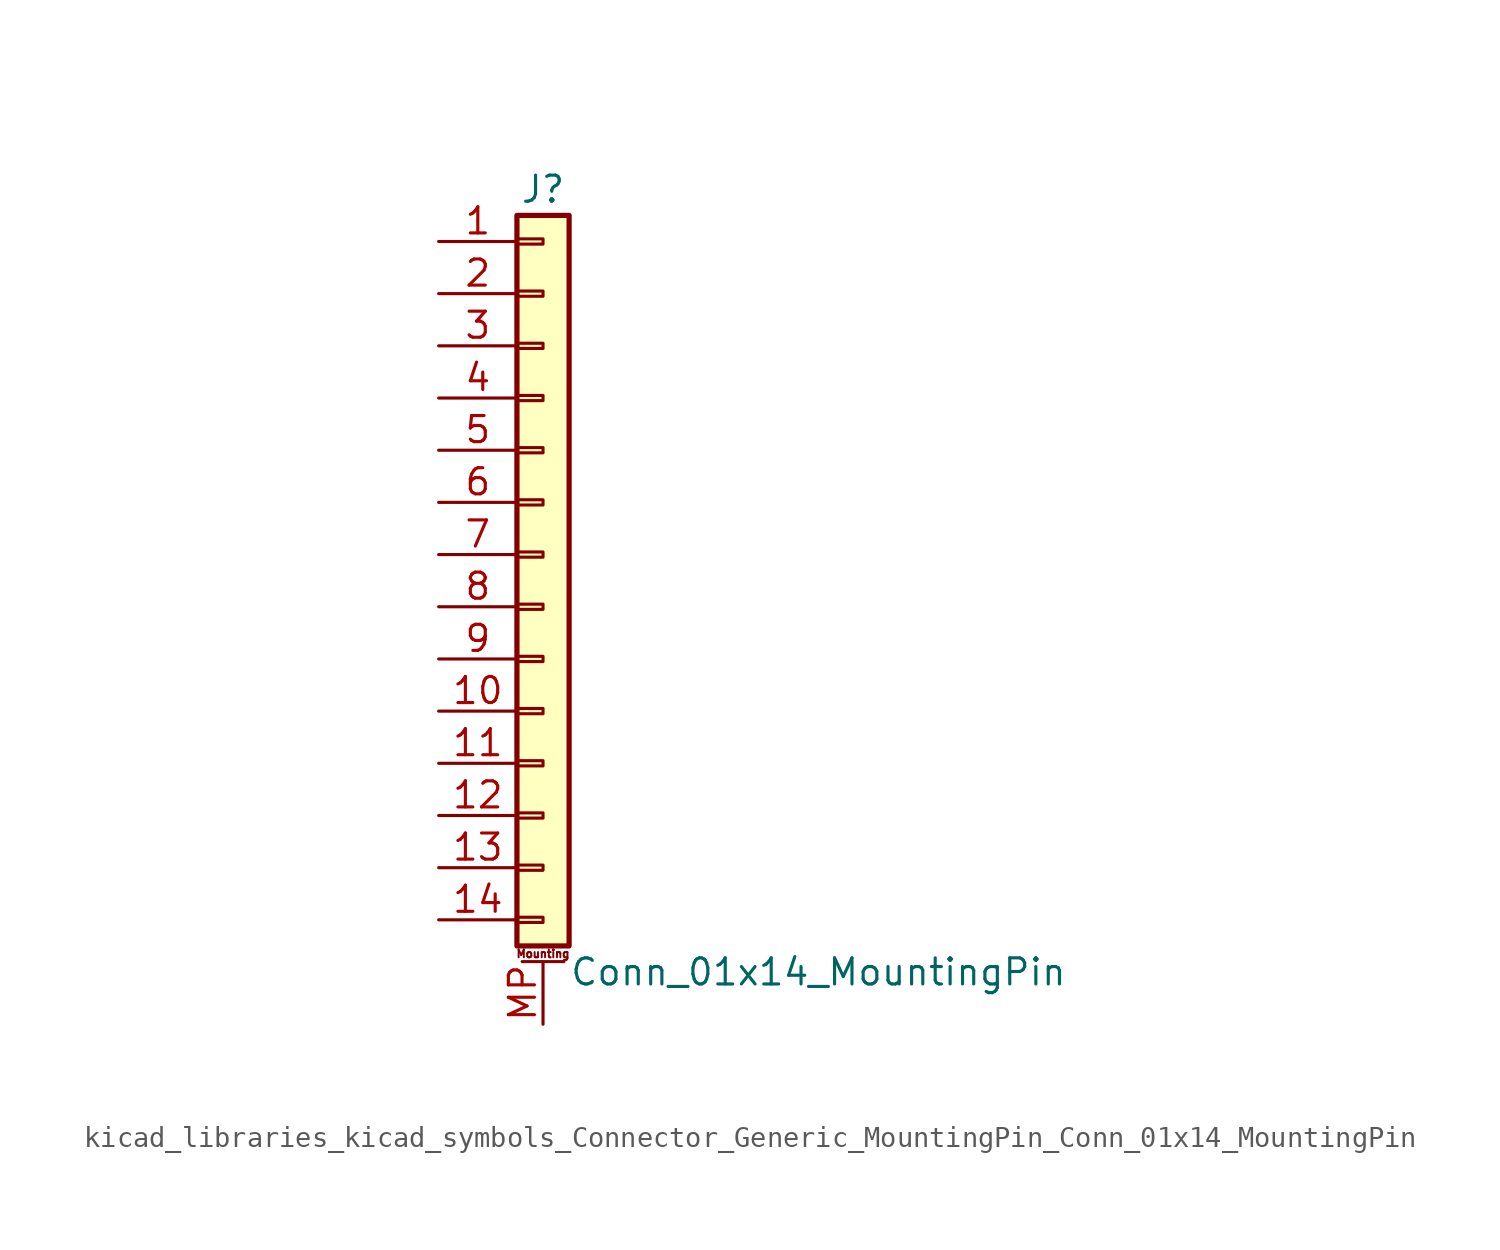
<source format=kicad_sym>
(kicad_symbol_lib
  (version 20220914)
  (generator kicad_symbol_editor)
  (symbol "kicad_libraries_kicad_symbols_Connector_Generic_MountingPin_Conn_01x14_MountingPin"
    (pin_names
      (offset 1.016) hide)
    (property "Reference" "J"
      (at 0 17.78 0)
      (effects (font (size 1.27 1.27))))
    (property "Value" "Conn_01x14_MountingPin"
      (at 1.27 -20.32 0)
      (effects (font (size 1.27 1.27)) (justify left)))
    (symbol "kicad_libraries_kicad_symbols_Connector_Generic_MountingPin_Conn_01x14_MountingPin_1_1"
      (rectangle (start -1.27 -17.653) (end 0 -17.907) (stroke (width 0.152) (type default)) (fill (type none)))
      (rectangle (start -1.27 -15.113) (end 0 -15.367) (stroke (width 0.152) (type default)) (fill (type none)))
      (rectangle (start -1.27 -12.573) (end 0 -12.827) (stroke (width 0.152) (type default)) (fill (type none)))
      (rectangle (start -1.27 -10.033) (end 0 -10.287) (stroke (width 0.152) (type default)) (fill (type none)))
      (rectangle (start -1.27 -7.493) (end 0 -7.747) (stroke (width 0.152) (type default)) (fill (type none)))
      (rectangle (start -1.27 -4.953) (end 0 -5.207) (stroke (width 0.152) (type default)) (fill (type none)))
      (rectangle (start -1.27 -2.413) (end 0 -2.667) (stroke (width 0.152) (type default)) (fill (type none)))
      (rectangle (start -1.27 0.127) (end 0 -0.127) (stroke (width 0.152) (type default)) (fill (type none)))
      (rectangle (start -1.27 2.667) (end 0 2.413) (stroke (width 0.152) (type default)) (fill (type none)))
      (rectangle (start -1.27 5.207) (end 0 4.953) (stroke (width 0.152) (type default)) (fill (type none)))
      (rectangle (start -1.27 7.747) (end 0 7.493) (stroke (width 0.152) (type default)) (fill (type none)))
      (rectangle (start -1.27 10.287) (end 0 10.033) (stroke (width 0.152) (type default)) (fill (type none)))
      (rectangle (start -1.27 12.827) (end 0 12.573) (stroke (width 0.152) (type default)) (fill (type none)))
      (rectangle (start -1.27 15.367) (end 0 15.113) (stroke (width 0.152) (type default)) (fill (type none)))
      (rectangle (start -1.27 16.51) (end 1.27 -19.05) (stroke (width 0.254) (type default)) (fill (type background)))
      (polyline (pts (xy -1.016 -19.812) (xy 1.016 -19.812)) (stroke (width 0.152) (type default)) (fill (type none)))
      (text "Mounting" (at 0 -19.431 0) (effects (font (size 0.381 0.381))))
      (pin passive line (at -5.08 15.24 0) (length 3.81) (name "Pin_1" (effects (font (size 1.27 1.27)))) (number "1" (effects (font (size 1.27 1.27)))))
      (pin passive line (at -5.08 -7.62 0) (length 3.81) (name "Pin_10" (effects (font (size 1.27 1.27)))) (number "10" (effects (font (size 1.27 1.27)))))
      (pin passive line (at -5.08 -10.16 0) (length 3.81) (name "Pin_11" (effects (font (size 1.27 1.27)))) (number "11" (effects (font (size 1.27 1.27)))))
      (pin passive line (at -5.08 -12.7 0) (length 3.81) (name "Pin_12" (effects (font (size 1.27 1.27)))) (number "12" (effects (font (size 1.27 1.27)))))
      (pin passive line (at -5.08 -15.24 0) (length 3.81) (name "Pin_13" (effects (font (size 1.27 1.27)))) (number "13" (effects (font (size 1.27 1.27)))))
      (pin passive line (at -5.08 -17.78 0) (length 3.81) (name "Pin_14" (effects (font (size 1.27 1.27)))) (number "14" (effects (font (size 1.27 1.27)))))
      (pin passive line (at -5.08 12.7 0) (length 3.81) (name "Pin_2" (effects (font (size 1.27 1.27)))) (number "2" (effects (font (size 1.27 1.27)))))
      (pin passive line (at -5.08 10.16 0) (length 3.81) (name "Pin_3" (effects (font (size 1.27 1.27)))) (number "3" (effects (font (size 1.27 1.27)))))
      (pin passive line (at -5.08 7.62 0) (length 3.81) (name "Pin_4" (effects (font (size 1.27 1.27)))) (number "4" (effects (font (size 1.27 1.27)))))
      (pin passive line (at -5.08 5.08 0) (length 3.81) (name "Pin_5" (effects (font (size 1.27 1.27)))) (number "5" (effects (font (size 1.27 1.27)))))
      (pin passive line (at -5.08 2.54 0) (length 3.81) (name "Pin_6" (effects (font (size 1.27 1.27)))) (number "6" (effects (font (size 1.27 1.27)))))
      (pin passive line (at -5.08 0 0) (length 3.81) (name "Pin_7" (effects (font (size 1.27 1.27)))) (number "7" (effects (font (size 1.27 1.27)))))
      (pin passive line (at -5.08 -2.54 0) (length 3.81) (name "Pin_8" (effects (font (size 1.27 1.27)))) (number "8" (effects (font (size 1.27 1.27)))))
      (pin passive line (at -5.08 -5.08 0) (length 3.81) (name "Pin_9" (effects (font (size 1.27 1.27)))) (number "9" (effects (font (size 1.27 1.27)))))
      (pin passive line (at 0 -22.86 90) (length 3.048) (name "MountPin" (effects (font (size 1.27 1.27)))) (number "MP" (effects (font (size 1.27 1.27))))))))
</source>
